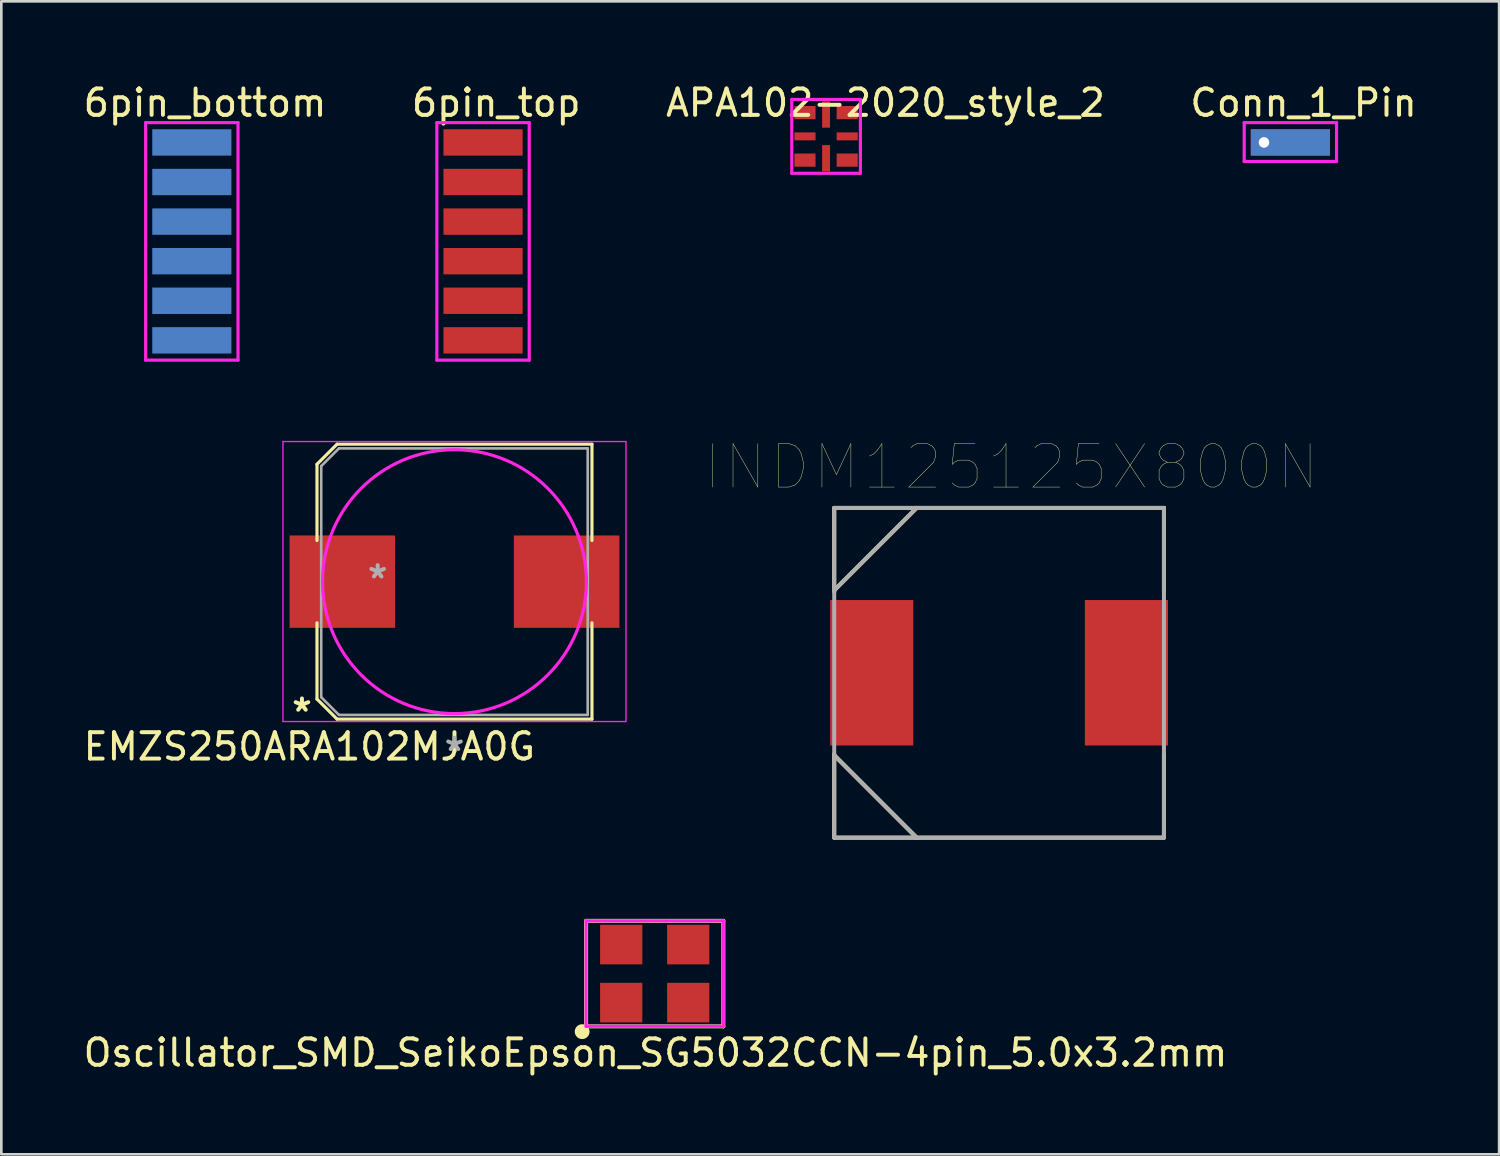
<source format=kicad_pcb>
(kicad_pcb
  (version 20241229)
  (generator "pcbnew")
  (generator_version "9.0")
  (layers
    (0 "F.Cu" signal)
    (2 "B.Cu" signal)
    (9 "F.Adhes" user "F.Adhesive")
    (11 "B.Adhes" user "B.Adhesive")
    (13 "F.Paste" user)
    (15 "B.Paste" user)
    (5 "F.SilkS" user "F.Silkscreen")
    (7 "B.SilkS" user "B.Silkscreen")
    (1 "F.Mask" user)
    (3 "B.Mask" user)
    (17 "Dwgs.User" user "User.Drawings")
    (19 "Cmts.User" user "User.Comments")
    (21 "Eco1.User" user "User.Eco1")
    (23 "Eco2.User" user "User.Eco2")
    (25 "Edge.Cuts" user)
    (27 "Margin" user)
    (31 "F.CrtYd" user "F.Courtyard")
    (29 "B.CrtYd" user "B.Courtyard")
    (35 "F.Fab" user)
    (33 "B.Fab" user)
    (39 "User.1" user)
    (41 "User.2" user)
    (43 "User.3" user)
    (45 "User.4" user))
  (footprint "Oscillator_SMD_SeikoEpson_SG5032CCN-4pin_5.0x3.2mm"
    (layer "F.Cu")
    (at 21.762 33.846)
    (property "Reference" "Oscillator_SMD_SeikoEpson_SG5032CCN-4pin_5.0x3.2mm" (at 0.03 3 0) (layer "F.SilkS") (effects (font (size 1 1) (thickness 0.15))))
    (attr through_hole)
    (fp_line (start -2.6 -2) (end -2.6 2) (stroke (width 0.15) (type solid)) (layer "F.SilkS"))
    (fp_line (start -2.6 -2) (end 2.6 -2) (stroke (width 0.15) (type solid)) (layer "F.SilkS"))
    (fp_line (start -2.6 2) (end 2.6 2) (stroke (width 0.15) (type solid)) (layer "F.SilkS"))
    (fp_line (start 2.6 -2) (end 2.6 2) (stroke (width 0.15) (type solid)) (layer "F.SilkS"))
    (fp_circle (center -2.75 2.2) (end -2.69 2.25) (stroke (width 0.15) (type solid)) (fill no) (layer "F.SilkS"))
    (fp_circle (center -2.75 2.2) (end -2.59 2.33) (stroke (width 0.15) (type solid)) (fill no) (layer "F.SilkS"))
    (fp_line (start -2.6 -2) (end 2.6 -2) (stroke (width 0.12) (type solid)) (layer "F.CrtYd"))
    (fp_line (start -2.6 2) (end -2.6 -2) (stroke (width 0.12) (type solid)) (layer "F.CrtYd"))
    (fp_line (start 2.6 -2) (end 2.6 2) (stroke (width 0.12) (type solid)) (layer "F.CrtYd"))
    (fp_line (start 2.6 2) (end -2.6 2) (stroke (width 0.12) (type solid)) (layer "F.CrtYd"))
    (pad "1" smd rect (at -1.27 1.1) (size 1.6 1.5) (layers "F.Cu" "F.Mask" "F.Paste"))
    (pad "2" smd rect (at 1.27 1.1) (size 1.6 1.5) (layers "F.Cu" "F.Mask" "F.Paste"))
    (pad "3" smd rect (at 1.27 -1.1) (size 1.6 1.5) (layers "F.Cu" "F.Mask" "F.Paste"))
    (pad "4" smd rect (at -1.27 -1.1) (size 1.6 1.5) (layers "F.Cu" "F.Mask" "F.Paste")))
  (footprint "EMZS250ARA102MJA0G"
    (layer "F.Cu")
    (at 14.173 18.993)
    (property "Reference" "EMZS250ARA102MJA0G" (at -5.5 6.25 0) (layer "F.SilkS") (effects (font (size 1 1) (thickness 0.15))))
    (attr smd)
    (fp_line (start -5.21 -4.45) (end -5.21 -1.56) (stroke (width 0.12) (type solid)) (layer "F.SilkS"))
    (fp_line (start -5.21 -4.45) (end -4.45 -5.21) (stroke (width 0.12) (type solid)) (layer "F.SilkS"))
    (fp_line (start -5.21 4.45) (end -5.21 1.56) (stroke (width 0.12) (type solid)) (layer "F.SilkS"))
    (fp_line (start -4.45 -5.21) (end 5.21 -5.21) (stroke (width 0.12) (type solid)) (layer "F.SilkS"))
    (fp_line (start -4.45 5.21) (end -5.21 4.45) (stroke (width 0.12) (type solid)) (layer "F.SilkS"))
    (fp_line (start 5.21 -5.21) (end 5.21 -1.56) (stroke (width 0.12) (type solid)) (layer "F.SilkS"))
    (fp_line (start 5.21 5.21) (end -4.45 5.21) (stroke (width 0.12) (type solid)) (layer "F.SilkS"))
    (fp_line (start 5.21 5.21) (end 5.21 1.56) (stroke (width 0.12) (type solid)) (layer "F.SilkS"))
    (fp_line (start -6.5 -5.31) (end -6.5 5.3) (stroke (width 0.05) (type solid)) (layer "F.CrtYd"))
    (fp_line (start -6.5 -5.31) (end 6.5 -5.31) (stroke (width 0.05) (type solid)) (layer "F.CrtYd"))
    (fp_line (start 6.5 5.3) (end -6.5 5.3) (stroke (width 0.05) (type solid)) (layer "F.CrtYd"))
    (fp_line (start 6.5 5.3) (end 6.5 -5.31) (stroke (width 0.05) (type solid)) (layer "F.CrtYd"))
    (fp_circle (center 0 0) (end 5 0) (stroke (width 0.12) (type solid)) (fill no) (layer "F.CrtYd"))
    (fp_line (start -5.05 -4.38) (end -5.05 4.38) (stroke (width 0.1) (type solid)) (layer "F.Fab"))
    (fp_line (start -5.05 4.38) (end -4.38 5.05) (stroke (width 0.1) (type solid)) (layer "F.Fab"))
    (fp_line (start -4.38 -5.05) (end -5.05 -4.38) (stroke (width 0.1) (type solid)) (layer "F.Fab"))
    (fp_line (start -4.38 5.05) (end 5.05 5.05) (stroke (width 0.1) (type solid)) (layer "F.Fab"))
    (fp_line (start 5.05 -5.05) (end -4.38 -5.05) (stroke (width 0.1) (type solid)) (layer "F.Fab"))
    (fp_line (start 5.05 5.05) (end 5.05 -5.05) (stroke (width 0.1) (type solid)) (layer "F.Fab"))
    (fp_text user "*" (at -5.78 4.97 0) (layer "F.SilkS") (effects (font (size 1 1) (thickness 0.15))))
    (fp_text user "*" (at -2.91 -0.08 0) (layer "F.Fab") (effects (font (size 1 1) (thickness 0.15))))
    (fp_text user "*" (at 0 6.46 0) (layer "F.Fab") (effects (font (size 1 1) (thickness 0.15))))
    (pad "1" smd rect (at -4.25 0 180) (size 4 3.5) (layers "F.Cu" "F.Mask" "F.Paste"))
    (pad "2" smd rect (at 4.25 0 180) (size 4 3.5) (layers "F.Cu" "F.Mask" "F.Paste")))
  (footprint "INDM125125X800N"
    (layer "F.Cu")
    (at 34.812 22.446)
    (property "Reference" "INDM125125X800N" (at 0.459 -7.799 0) (layer "F.SilkS") (effects (font (size 1.646 1.646) (thickness 0.015))))
    (attr through_hole)
    (fp_line (start -6.248 -6.248) (end -6.248 -3.073) (stroke (width 0.152) (type solid)) (layer "F.SilkS"))
    (fp_line (start -6.248 -3.124) (end -3.124 -6.248) (stroke (width 0.152) (type solid)) (layer "F.SilkS"))
    (fp_line (start -6.248 3.073) (end -6.248 3.124) (stroke (width 0.152) (type solid)) (layer "F.SilkS"))
    (fp_line (start -6.248 3.124) (end -6.248 6.248) (stroke (width 0.152) (type solid)) (layer "F.SilkS"))
    (fp_line (start -6.248 3.124) (end -3.124 6.248) (stroke (width 0.152) (type solid)) (layer "F.SilkS"))
    (fp_line (start -6.248 6.248) (end 6.248 6.248) (stroke (width 0.152) (type solid)) (layer "F.SilkS"))
    (fp_line (start 6.248 -6.248) (end -6.248 -6.248) (stroke (width 0.152) (type solid)) (layer "F.SilkS"))
    (fp_line (start 6.248 -3.073) (end 6.248 -6.248) (stroke (width 0.152) (type solid)) (layer "F.SilkS"))
    (fp_line (start 6.248 6.248) (end 6.248 3.073) (stroke (width 0.152) (type solid)) (layer "F.SilkS"))
    (fp_line (start -6.248 -6.248) (end -6.248 6.248) (stroke (width 0.152) (type solid)) (layer "F.Fab"))
    (fp_line (start -6.248 -3.124) (end -3.124 -6.248) (stroke (width 0.152) (type solid)) (layer "F.Fab"))
    (fp_line (start -6.248 3.124) (end -3.124 6.248) (stroke (width 0.152) (type solid)) (layer "F.Fab"))
    (fp_line (start -6.248 6.248) (end 6.248 6.248) (stroke (width 0.152) (type solid)) (layer "F.Fab"))
    (fp_line (start 6.248 -6.248) (end -6.248 -6.248) (stroke (width 0.152) (type solid)) (layer "F.Fab"))
    (fp_line (start 6.248 6.248) (end 6.248 -6.248) (stroke (width 0.152) (type solid)) (layer "F.Fab"))
    (pad "1" smd rect (at -4.826 0) (size 3.15 5.512) (layers "F.Cu" "F.Mask" "F.Paste"))
    (pad "2" smd rect (at 4.826 0) (size 3.15 5.512) (layers "F.Cu" "F.Mask" "F.Paste")))
  (footprint "APA102-2020_style_2"
    (layer "F.Cu")
    (at 28.256 2.118)
    (property "Reference" "APA102-2020_style_2" (at 2.25 -1.27 180) (layer "F.SilkS") (effects (font (size 1 1) (thickness 0.15))))
    (attr through_hole)
    (fp_line (start -1.3 -1.4) (end 1.3 -1.4) (stroke (width 0.12) (type solid)) (layer "F.CrtYd"))
    (fp_line (start -1.3 1.4) (end -1.3 -1.4) (stroke (width 0.12) (type solid)) (layer "F.CrtYd"))
    (fp_line (start 1.3 -1.4) (end 1.3 1.4) (stroke (width 0.12) (type solid)) (layer "F.CrtYd"))
    (fp_line (start 1.3 1.4) (end -1.3 1.4) (stroke (width 0.12) (type solid)) (layer "F.CrtYd"))
    (pad "1" smd rect (at -0.8 -0.9) (size 0.8 0.5) (layers "F.Cu" "F.Mask" "F.Paste"))
    (pad "2" smd rect (at -0.8 0) (size 0.8 0.3) (layers "F.Cu" "F.Mask" "F.Paste"))
    (pad "3" smd rect (at -0.8 0.9) (size 0.8 0.5) (layers "F.Cu" "F.Mask" "F.Paste"))
    (pad "4" smd rect (at 0.8 0.9) (size 0.8 0.5) (layers "F.Cu" "F.Mask" "F.Paste"))
    (pad "5" smd rect (at 0.8 0) (size 0.8 0.3) (layers "F.Cu" "F.Mask" "F.Paste"))
    (pad "6" smd rect (at 0.8 -0.9) (size 0.8 0.5) (layers "F.Cu" "F.Mask" "F.Paste"))
    (pad "7" smd rect (at 0 -0.83) (size 0.3 1) (layers "F.Cu" "F.Mask" "F.Paste"))
    (pad "8" smd rect (at 0 0.83) (size 0.3 1) (layers "F.Cu" "F.Mask" "F.Paste")))
  (footprint "6pin_top"
    (layer "F.Cu")
    (at 15.256 6.098)
    (property "Reference" "6pin_top" (at 0.5 -5.25 0) (layer "F.SilkS") (effects (font (size 1 1) (thickness 0.15))))
    (attr through_hole)
    (fp_line (start -1.75 -4.5) (end 1.75 -4.5) (stroke (width 0.12) (type solid)) (layer "F.CrtYd"))
    (fp_line (start -1.75 4.5) (end -1.75 -4.5) (stroke (width 0.12) (type solid)) (layer "F.CrtYd"))
    (fp_line (start 1.75 -4.5) (end 1.75 4.5) (stroke (width 0.12) (type solid)) (layer "F.CrtYd"))
    (fp_line (start 1.75 4.5) (end -1.75 4.5) (stroke (width 0.12) (type solid)) (layer "F.CrtYd"))
    (pad "1" smd rect (at 0 -3.75) (size 3 1) (layers "F.Cu" "F.Mask" "F.Paste"))
    (pad "2" smd rect (at 0 -2.25) (size 3 1) (layers "F.Cu" "F.Mask" "F.Paste"))
    (pad "3" smd rect (at 0 -0.75) (size 3 1) (layers "F.Cu" "F.Mask" "F.Paste"))
    (pad "4" smd rect (at 0 0.75) (size 3 1) (layers "F.Cu" "F.Mask" "F.Paste"))
    (pad "5" smd rect (at 0 2.25) (size 3 1) (layers "F.Cu" "F.Mask" "F.Paste"))
    (pad "6" smd rect (at 0 3.75) (size 3 1) (layers "F.Cu" "F.Mask" "F.Paste")))
  (footprint "6pin_bottom"
    (layer "F.Cu")
    (at 4.22 6.098)
    (property "Reference" "6pin_bottom" (at 0.5 -5.25 0) (layer "F.SilkS") (effects (font (size 1 1) (thickness 0.15))))
    (attr through_hole)
    (fp_line (start -1.75 -4.5) (end 1.75 -4.5) (stroke (width 0.12) (type solid)) (layer "F.CrtYd"))
    (fp_line (start -1.75 4.5) (end -1.75 -4.5) (stroke (width 0.12) (type solid)) (layer "F.CrtYd"))
    (fp_line (start 1.75 -4.5) (end 1.75 4.5) (stroke (width 0.12) (type solid)) (layer "F.CrtYd"))
    (fp_line (start 1.75 4.5) (end -1.75 4.5) (stroke (width 0.12) (type solid)) (layer "F.CrtYd"))
    (pad "1" smd rect (at 0 -3.75) (size 3 1) (layers "*.Mask" "B.Cu" "B.Paste"))
    (pad "2" smd rect (at 0 -2.25) (size 3 1) (layers "*.Mask" "B.Cu" "B.Paste"))
    (pad "3" smd rect (at 0 -0.75) (size 3 1) (layers "*.Mask" "B.Cu" "B.Paste"))
    (pad "4" smd rect (at 0 0.75) (size 3 1) (layers "*.Mask" "B.Cu" "B.Paste"))
    (pad "5" smd rect (at 0 2.25) (size 3 1) (layers "*.Mask" "B.Cu" "B.Paste"))
    (pad "6" smd rect (at 0 3.75) (size 3 1) (layers "*.Mask" "B.Cu" "B.Paste")))
  (footprint "Conn_1_Pin"
    (layer "F.Cu")
    (at 45.851 2.348)
    (property "Reference" "Conn_1_Pin" (at 0.5 -1.5 0) (layer "F.SilkS") (effects (font (size 1 1) (thickness 0.15))))
    (attr through_hole)
    (fp_line (start -1.75 -0.75) (end 1.75 -0.75) (stroke (width 0.12) (type solid)) (layer "F.CrtYd"))
    (fp_line (start -1.75 0.72) (end -1.75 -0.75) (stroke (width 0.12) (type solid)) (layer "F.CrtYd"))
    (fp_line (start 1.75 -0.76) (end 1.75 0.72) (stroke (width 0.12) (type solid)) (layer "F.CrtYd"))
    (fp_line (start 1.75 0.72) (end -1.75 0.72) (stroke (width 0.12) (type solid)) (layer "F.CrtYd"))
    (pad "1" thru_hole circle (at -1 0) (size 0.8 0.8) (drill 0.4) (layers "*.Cu" "*.Mask"))
    (pad "1" smd rect (at 0 0) (size 3 1) (layers "F.Cu" "F.Mask" "F.Paste"))
    (pad "1" smd rect (at 0 0) (size 3 1) (layers "*.Mask" "B.Cu" "B.Paste")))
  (gr_rect
    (start -3 -3)
    (end 53.762 40.694)
    (stroke (width 0.1) (type default))
    (fill no)
    (layer "Edge.Cuts")))
</source>
